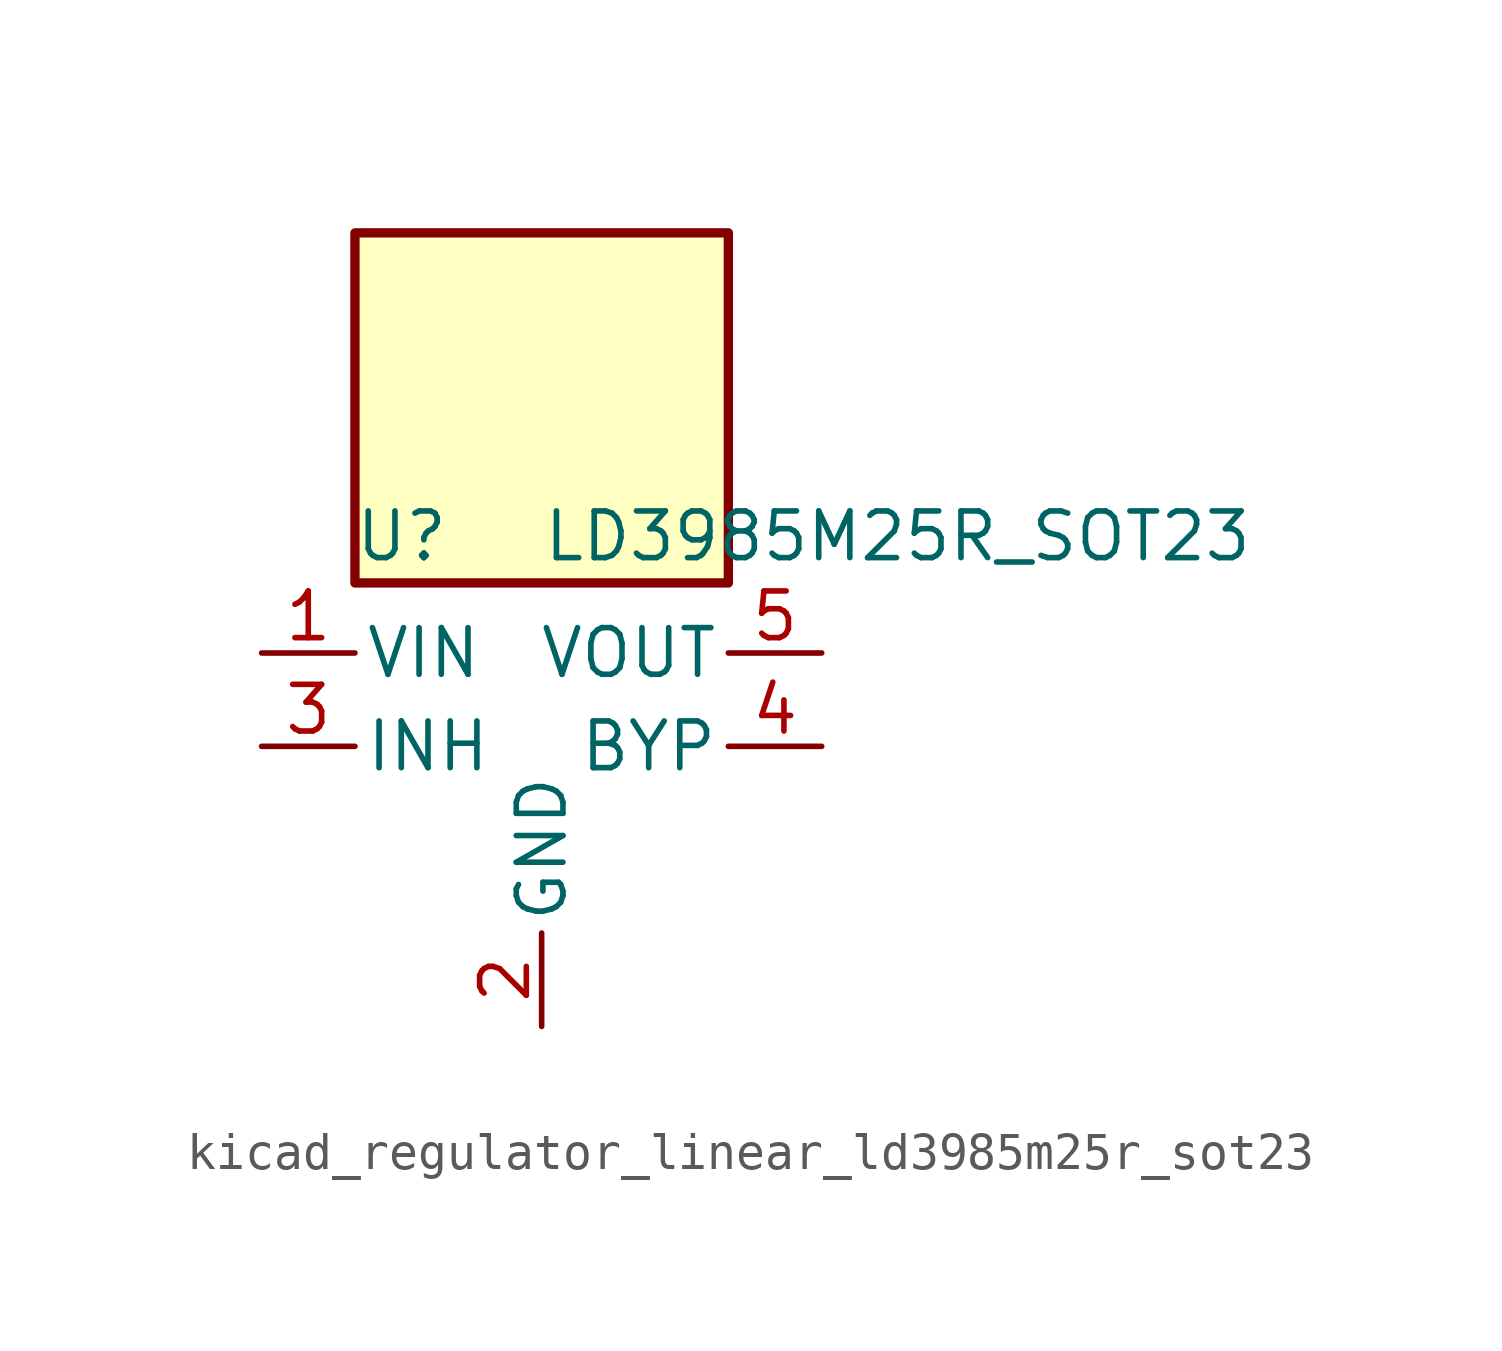
<source format=kicad_sym>
(kicad_symbol_lib
  (version 20220914)
  (generator kicad_symbol_editor)
  (symbol "kicad_regulator_linear_ld3985m25r_sot23"
    (pin_names
      (offset 0.254))
    (property "Reference" "U"
      (at -3.81 5.715 0)
      (effects (font (size 1.27 1.27))))
    (property "Value" "LD3985M25R_SOT23"
      (at 0 5.715 0)
      (effects (font (size 1.27 1.27)) (justify left)))
    (symbol "kicad_regulator_linear_ld3985m25r_sot23_0_1"
      (rectangle (start 5.08 13.97) (end -5.08 4.445) (stroke (width 0.254) (type default)) (fill (type background))))
    (symbol "kicad_regulator_linear_ld3985m25r_sot23_1_1"
      (pin power_in line (at -7.62 2.54 0) (length 2.54) (name "VIN" (effects (font (size 1.27 1.27)))) (number "1" (effects (font (size 1.27 1.27)))))
      (pin power_in line (at 0 -7.62 90) (length 2.54) (name "GND" (effects (font (size 1.27 1.27)))) (number "2" (effects (font (size 1.27 1.27)))))
      (pin input line (at -7.62 0 0) (length 2.54) (name "INH" (effects (font (size 1.27 1.27)))) (number "3" (effects (font (size 1.27 1.27)))))
      (pin input line (at 7.62 0 180) (length 2.54) (name "BYP" (effects (font (size 1.27 1.27)))) (number "4" (effects (font (size 1.27 1.27)))))
      (pin power_out line (at 7.62 2.54 180) (length 2.54) (name "VOUT" (effects (font (size 1.27 1.27)))) (number "5" (effects (font (size 1.27 1.27))))))))
</source>
